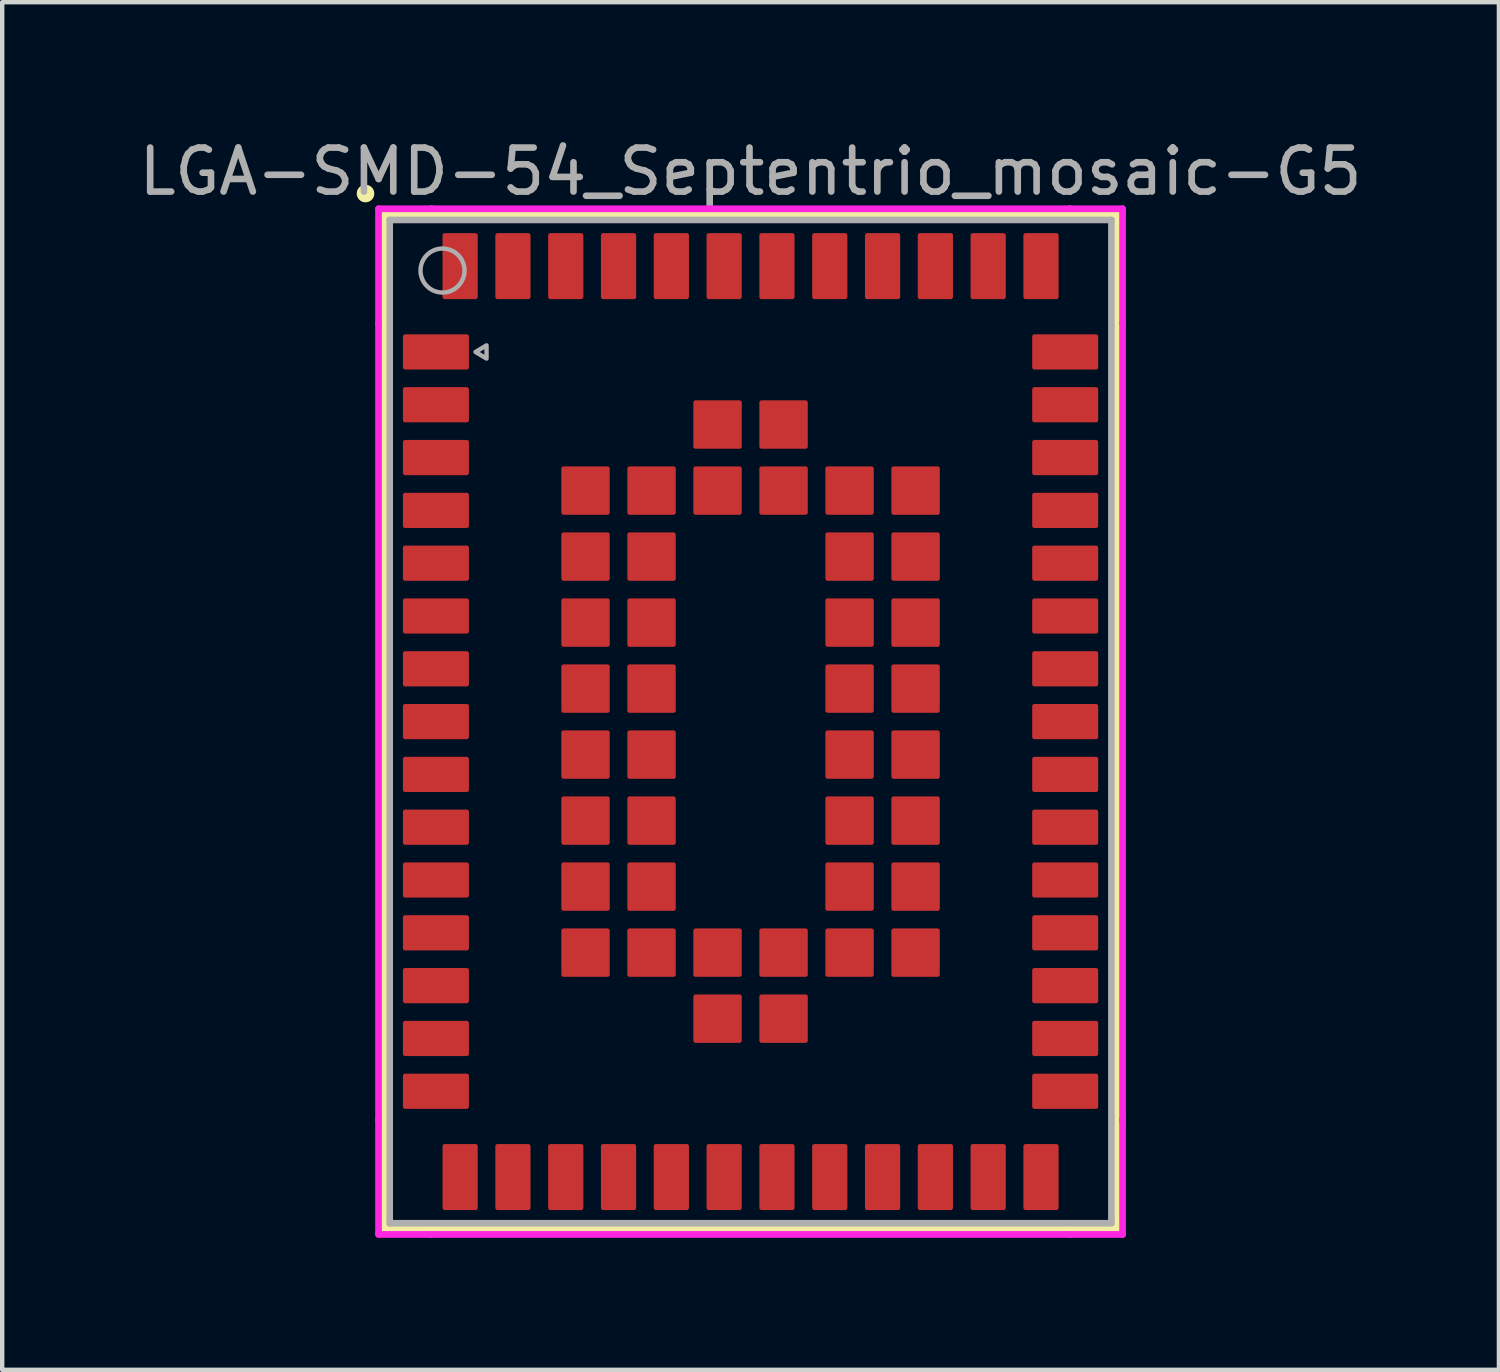
<source format=kicad_pcb>
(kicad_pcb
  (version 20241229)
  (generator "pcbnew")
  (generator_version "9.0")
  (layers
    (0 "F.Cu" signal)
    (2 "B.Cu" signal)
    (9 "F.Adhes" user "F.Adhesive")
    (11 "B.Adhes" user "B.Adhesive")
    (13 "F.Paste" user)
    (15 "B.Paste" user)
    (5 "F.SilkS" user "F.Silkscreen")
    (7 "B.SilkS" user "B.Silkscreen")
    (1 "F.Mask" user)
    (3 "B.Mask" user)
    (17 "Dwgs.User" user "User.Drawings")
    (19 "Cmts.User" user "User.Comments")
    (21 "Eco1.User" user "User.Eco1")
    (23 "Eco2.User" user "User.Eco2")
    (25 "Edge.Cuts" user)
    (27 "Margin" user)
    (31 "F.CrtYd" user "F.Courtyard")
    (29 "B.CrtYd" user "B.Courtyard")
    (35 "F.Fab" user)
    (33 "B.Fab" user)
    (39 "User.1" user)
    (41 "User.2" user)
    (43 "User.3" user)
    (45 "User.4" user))
  (footprint "LGA-SMD-54_Septentrio_mosaic-G5"
    (layer "F.Cu")
    (at 14.006 13.348)
    (property "Reference" "LGA-SMD-54_Septentrio_mosaic-G5" (at 0 -12.5 0) (unlocked yes) (layer "F.Fab") (effects (font (size 1 1) (thickness 0.15))))
    (attr smd)
    (fp_line (start -8.327 -11.527) (end -8.327 11.527) (stroke (width 0.152) (type solid)) (layer "F.SilkS"))
    (fp_line (start -8.327 11.527) (end 8.327 11.527) (stroke (width 0.152) (type solid)) (layer "F.SilkS"))
    (fp_line (start 8.327 -11.527) (end -8.327 -11.527) (stroke (width 0.152) (type solid)) (layer "F.SilkS"))
    (fp_line (start 8.327 11.527) (end 8.327 -11.527) (stroke (width 0.152) (type solid)) (layer "F.SilkS"))
    (fp_circle (center -8.75 -12) (end -8.65 -12) (stroke (width 0.2) (type solid)) (fill yes) (layer "F.SilkS"))
    (fp_line (start -8.454 -11.654) (end -7.254 -11.654) (stroke (width 0.152) (type solid)) (layer "F.CrtYd"))
    (fp_line (start -8.454 -9.054) (end -8.454 -11.654) (stroke (width 0.152) (type solid)) (layer "F.CrtYd"))
    (fp_line (start -8.454 -9.054) (end -8.454 -9.054) (stroke (width 0.152) (type solid)) (layer "F.CrtYd"))
    (fp_line (start -8.454 9.054) (end -8.454 -9.054) (stroke (width 0.152) (type solid)) (layer "F.CrtYd"))
    (fp_line (start -8.454 9.054) (end -8.454 9.054) (stroke (width 0.152) (type solid)) (layer "F.CrtYd"))
    (fp_line (start -8.454 11.654) (end -8.454 9.054) (stroke (width 0.152) (type solid)) (layer "F.CrtYd"))
    (fp_line (start -7.254 -11.654) (end -7.254 -11.654) (stroke (width 0.152) (type solid)) (layer "F.CrtYd"))
    (fp_line (start -7.254 -11.654) (end 7.254 -11.654) (stroke (width 0.152) (type solid)) (layer "F.CrtYd"))
    (fp_line (start -7.254 11.654) (end -8.454 11.654) (stroke (width 0.152) (type solid)) (layer "F.CrtYd"))
    (fp_line (start -7.254 11.654) (end -7.254 11.654) (stroke (width 0.152) (type solid)) (layer "F.CrtYd"))
    (fp_line (start 7.254 -11.654) (end 7.254 -11.654) (stroke (width 0.152) (type solid)) (layer "F.CrtYd"))
    (fp_line (start 7.254 -11.654) (end 8.454 -11.654) (stroke (width 0.152) (type solid)) (layer "F.CrtYd"))
    (fp_line (start 7.254 11.654) (end -7.254 11.654) (stroke (width 0.152) (type solid)) (layer "F.CrtYd"))
    (fp_line (start 7.254 11.654) (end 7.254 11.654) (stroke (width 0.152) (type solid)) (layer "F.CrtYd"))
    (fp_line (start 8.454 -11.654) (end 8.454 -9.054) (stroke (width 0.152) (type solid)) (layer "F.CrtYd"))
    (fp_line (start 8.454 -9.054) (end 8.454 -9.054) (stroke (width 0.152) (type solid)) (layer "F.CrtYd"))
    (fp_line (start 8.454 -9.054) (end 8.454 9.054) (stroke (width 0.152) (type solid)) (layer "F.CrtYd"))
    (fp_line (start 8.454 9.054) (end 8.454 9.054) (stroke (width 0.152) (type solid)) (layer "F.CrtYd"))
    (fp_line (start 8.454 9.054) (end 8.454 11.654) (stroke (width 0.152) (type solid)) (layer "F.CrtYd"))
    (fp_line (start 8.454 11.654) (end 7.254 11.654) (stroke (width 0.152) (type solid)) (layer "F.CrtYd"))
    (fp_line (start -8.2 -11.4) (end -8.2 11.4) (stroke (width 0.15) (type solid)) (layer "F.Fab"))
    (fp_line (start -8.2 11.4) (end 8.2 11.4) (stroke (width 0.15) (type solid)) (layer "F.Fab"))
    (fp_line (start 8.2 -11.4) (end -8.2 -11.4) (stroke (width 0.15) (type solid)) (layer "F.Fab"))
    (fp_line (start 8.2 11.4) (end 8.2 -11.4) (stroke (width 0.15) (type solid)) (layer "F.Fab"))
    (fp_circle (center -7 -10.25) (end -7 -9.75) (stroke (width 0.1) (type solid)) (fill no) (layer "F.Fab"))
    (fp_poly (pts (xy -6.25 -8.4) (xy -6 -8.55) (xy -6 -8.25)) (stroke (width 0.1) (type solid)) (fill no) (layer "F.Fab"))
    (pad "1" smd roundrect (at -7.15 -8.4) (size 1.5 0.8) (layers "F.Cu" "F.Mask" "F.Paste") (roundrect_rratio 0.062))
    (pad "2" smd roundrect (at -7.15 -7.2) (size 1.5 0.8) (layers "F.Cu" "F.Mask" "F.Paste") (roundrect_rratio 0.062))
    (pad "3" smd roundrect (at -7.15 -6) (size 1.5 0.8) (layers "F.Cu" "F.Mask" "F.Paste") (roundrect_rratio 0.062))
    (pad "4" smd roundrect (at -7.15 -4.8) (size 1.5 0.8) (layers "F.Cu" "F.Mask" "F.Paste") (roundrect_rratio 0.062))
    (pad "5" smd roundrect (at -7.15 -3.6) (size 1.5 0.8) (layers "F.Cu" "F.Mask" "F.Paste") (roundrect_rratio 0.062))
    (pad "6" smd roundrect (at -7.15 -2.4) (size 1.5 0.8) (layers "F.Cu" "F.Mask" "F.Paste") (roundrect_rratio 0.062))
    (pad "7" smd roundrect (at -7.15 -1.2) (size 1.5 0.8) (layers "F.Cu" "F.Mask" "F.Paste") (roundrect_rratio 0.062))
    (pad "8" smd roundrect (at -7.15 0) (size 1.5 0.8) (layers "F.Cu" "F.Mask" "F.Paste") (roundrect_rratio 0.062))
    (pad "9" smd roundrect (at -7.15 1.2) (size 1.5 0.8) (layers "F.Cu" "F.Mask" "F.Paste") (roundrect_rratio 0.062))
    (pad "10" smd roundrect (at -7.15 2.4) (size 1.5 0.8) (layers "F.Cu" "F.Mask" "F.Paste") (roundrect_rratio 0.062))
    (pad "11" smd roundrect (at -7.15 3.6) (size 1.5 0.8) (layers "F.Cu" "F.Mask" "F.Paste") (roundrect_rratio 0.062))
    (pad "12" smd roundrect (at -7.15 4.8) (size 1.5 0.8) (layers "F.Cu" "F.Mask" "F.Paste") (roundrect_rratio 0.062))
    (pad "13" smd roundrect (at -7.15 6) (size 1.5 0.8) (layers "F.Cu" "F.Mask" "F.Paste") (roundrect_rratio 0.062))
    (pad "14" smd roundrect (at -7.15 7.2) (size 1.5 0.8) (layers "F.Cu" "F.Mask" "F.Paste") (roundrect_rratio 0.062))
    (pad "15" smd roundrect (at -7.15 8.4) (size 1.5 0.8) (layers "F.Cu" "F.Mask" "F.Paste") (roundrect_rratio 0.062))
    (pad "16" smd roundrect (at -6.6 10.35 90) (size 1.5 0.8) (layers "F.Cu" "F.Mask" "F.Paste") (roundrect_rratio 0.062))
    (pad "17" smd roundrect (at -5.4 10.35 90) (size 1.5 0.8) (layers "F.Cu" "F.Mask" "F.Paste") (roundrect_rratio 0.062))
    (pad "18" smd roundrect (at -4.2 10.35 90) (size 1.5 0.8) (layers "F.Cu" "F.Mask" "F.Paste") (roundrect_rratio 0.062))
    (pad "19" smd roundrect (at -3 10.35 90) (size 1.5 0.8) (layers "F.Cu" "F.Mask" "F.Paste") (roundrect_rratio 0.062))
    (pad "20" smd roundrect (at -1.8 10.35 90) (size 1.5 0.8) (layers "F.Cu" "F.Mask" "F.Paste") (roundrect_rratio 0.062))
    (pad "21" smd roundrect (at -0.6 10.35 90) (size 1.5 0.8) (layers "F.Cu" "F.Mask" "F.Paste") (roundrect_rratio 0.062))
    (pad "22" smd roundrect (at 0.6 10.35 90) (size 1.5 0.8) (layers "F.Cu" "F.Mask" "F.Paste") (roundrect_rratio 0.062))
    (pad "23" smd roundrect (at 1.8 10.35 90) (size 1.5 0.8) (layers "F.Cu" "F.Mask" "F.Paste") (roundrect_rratio 0.062))
    (pad "24" smd roundrect (at 3 10.35 90) (size 1.5 0.8) (layers "F.Cu" "F.Mask" "F.Paste") (roundrect_rratio 0.062))
    (pad "25" smd roundrect (at 4.2 10.35 90) (size 1.5 0.8) (layers "F.Cu" "F.Mask" "F.Paste") (roundrect_rratio 0.062))
    (pad "26" smd roundrect (at 5.4 10.35 90) (size 1.5 0.8) (layers "F.Cu" "F.Mask" "F.Paste") (roundrect_rratio 0.062))
    (pad "27" smd roundrect (at 6.6 10.35 90) (size 1.5 0.8) (layers "F.Cu" "F.Mask" "F.Paste") (roundrect_rratio 0.062))
    (pad "28" smd roundrect (at 7.15 8.4) (size 1.5 0.8) (layers "F.Cu" "F.Mask" "F.Paste") (roundrect_rratio 0.062))
    (pad "29" smd roundrect (at 7.15 7.2) (size 1.5 0.8) (layers "F.Cu" "F.Mask" "F.Paste") (roundrect_rratio 0.062))
    (pad "30" smd roundrect (at 7.15 6) (size 1.5 0.8) (layers "F.Cu" "F.Mask" "F.Paste") (roundrect_rratio 0.062))
    (pad "31" smd roundrect (at 7.15 4.8) (size 1.5 0.8) (layers "F.Cu" "F.Mask" "F.Paste") (roundrect_rratio 0.062))
    (pad "32" smd roundrect (at 7.15 3.6) (size 1.5 0.8) (layers "F.Cu" "F.Mask" "F.Paste") (roundrect_rratio 0.062))
    (pad "33" smd roundrect (at 7.15 2.4) (size 1.5 0.8) (layers "F.Cu" "F.Mask" "F.Paste") (roundrect_rratio 0.062))
    (pad "34" smd roundrect (at 7.15 1.2) (size 1.5 0.8) (layers "F.Cu" "F.Mask" "F.Paste") (roundrect_rratio 0.062))
    (pad "35" smd roundrect (at 7.15 0) (size 1.5 0.8) (layers "F.Cu" "F.Mask" "F.Paste") (roundrect_rratio 0.062))
    (pad "36" smd roundrect (at 7.15 -1.2) (size 1.5 0.8) (layers "F.Cu" "F.Mask" "F.Paste") (roundrect_rratio 0.062))
    (pad "37" smd roundrect (at 7.15 -2.4) (size 1.5 0.8) (layers "F.Cu" "F.Mask" "F.Paste") (roundrect_rratio 0.062))
    (pad "38" smd roundrect (at 7.15 -3.6) (size 1.5 0.8) (layers "F.Cu" "F.Mask" "F.Paste") (roundrect_rratio 0.062))
    (pad "39" smd roundrect (at 7.15 -4.8) (size 1.5 0.8) (layers "F.Cu" "F.Mask" "F.Paste") (roundrect_rratio 0.062))
    (pad "40" smd roundrect (at 7.15 -6) (size 1.5 0.8) (layers "F.Cu" "F.Mask" "F.Paste") (roundrect_rratio 0.062))
    (pad "41" smd roundrect (at 7.15 -7.2) (size 1.5 0.8) (layers "F.Cu" "F.Mask" "F.Paste") (roundrect_rratio 0.062))
    (pad "42" smd roundrect (at 7.15 -8.4) (size 1.5 0.8) (layers "F.Cu" "F.Mask" "F.Paste") (roundrect_rratio 0.062))
    (pad "43" smd roundrect (at 6.6 -10.35 90) (size 1.5 0.8) (layers "F.Cu" "F.Mask" "F.Paste") (roundrect_rratio 0.062))
    (pad "44" smd roundrect (at 5.4 -10.35 90) (size 1.5 0.8) (layers "F.Cu" "F.Mask" "F.Paste") (roundrect_rratio 0.062))
    (pad "45" smd roundrect (at 4.2 -10.35 90) (size 1.5 0.8) (layers "F.Cu" "F.Mask" "F.Paste") (roundrect_rratio 0.062))
    (pad "46" smd roundrect (at 3 -10.35 90) (size 1.5 0.8) (layers "F.Cu" "F.Mask" "F.Paste") (roundrect_rratio 0.062))
    (pad "47" smd roundrect (at 1.8 -10.35 90) (size 1.5 0.8) (layers "F.Cu" "F.Mask" "F.Paste") (roundrect_rratio 0.062))
    (pad "48" smd roundrect (at 0.6 -10.35 90) (size 1.5 0.8) (layers "F.Cu" "F.Mask" "F.Paste") (roundrect_rratio 0.062))
    (pad "49" smd roundrect (at -0.6 -10.35 90) (size 1.5 0.8) (layers "F.Cu" "F.Mask" "F.Paste") (roundrect_rratio 0.062))
    (pad "50" smd roundrect (at -1.8 -10.35 90) (size 1.5 0.8) (layers "F.Cu" "F.Mask" "F.Paste") (roundrect_rratio 0.062))
    (pad "51" smd roundrect (at -3 -10.35 90) (size 1.5 0.8) (layers "F.Cu" "F.Mask" "F.Paste") (roundrect_rratio 0.062))
    (pad "52" smd roundrect (at -4.2 -10.35 90) (size 1.5 0.8) (layers "F.Cu" "F.Mask" "F.Paste") (roundrect_rratio 0.062))
    (pad "53" smd roundrect (at -5.4 -10.35 90) (size 1.5 0.8) (layers "F.Cu" "F.Mask" "F.Paste") (roundrect_rratio 0.062))
    (pad "54" smd roundrect (at -6.6 -10.35 90) (size 1.5 0.8) (layers "F.Cu" "F.Mask" "F.Paste") (roundrect_rratio 0.062))
    (pad "55" smd roundrect (at -0.75 -6.75) (size 1.1 1.1) (layers "F.Cu" "F.Mask" "F.Paste") (roundrect_rratio 0.045))
    (pad "56" smd roundrect (at 0.75 -6.75) (size 1.1 1.1) (layers "F.Cu" "F.Mask" "F.Paste") (roundrect_rratio 0.045))
    (pad "57" smd roundrect (at -3.75 -5.25) (size 1.1 1.1) (layers "F.Cu" "F.Mask" "F.Paste") (roundrect_rratio 0.045))
    (pad "58" smd roundrect (at -2.25 -5.25) (size 1.1 1.1) (layers "F.Cu" "F.Mask" "F.Paste") (roundrect_rratio 0.045))
    (pad "59" smd roundrect (at -0.75 -5.25) (size 1.1 1.1) (layers "F.Cu" "F.Mask" "F.Paste") (roundrect_rratio 0.045))
    (pad "60" smd roundrect (at 0.75 -5.25) (size 1.1 1.1) (layers "F.Cu" "F.Mask" "F.Paste") (roundrect_rratio 0.045))
    (pad "61" smd roundrect (at 2.25 -5.25) (size 1.1 1.1) (layers "F.Cu" "F.Mask" "F.Paste") (roundrect_rratio 0.045))
    (pad "62" smd roundrect (at 3.75 -5.25) (size 1.1 1.1) (layers "F.Cu" "F.Mask" "F.Paste") (roundrect_rratio 0.045))
    (pad "63" smd roundrect (at -3.75 -3.75) (size 1.1 1.1) (layers "F.Cu" "F.Mask" "F.Paste") (roundrect_rratio 0.045))
    (pad "64" smd roundrect (at -2.25 -3.75) (size 1.1 1.1) (layers "F.Cu" "F.Mask" "F.Paste") (roundrect_rratio 0.045))
    (pad "65" smd roundrect (at 2.25 -3.75) (size 1.1 1.1) (layers "F.Cu" "F.Mask" "F.Paste") (roundrect_rratio 0.045))
    (pad "66" smd roundrect (at 3.75 -3.75) (size 1.1 1.1) (layers "F.Cu" "F.Mask" "F.Paste") (roundrect_rratio 0.045))
    (pad "67" smd roundrect (at -3.75 -2.25) (size 1.1 1.1) (layers "F.Cu" "F.Mask" "F.Paste") (roundrect_rratio 0.045))
    (pad "68" smd roundrect (at -2.25 -2.25) (size 1.1 1.1) (layers "F.Cu" "F.Mask" "F.Paste") (roundrect_rratio 0.045))
    (pad "69" smd roundrect (at 2.25 -2.25) (size 1.1 1.1) (layers "F.Cu" "F.Mask" "F.Paste") (roundrect_rratio 0.045))
    (pad "70" smd roundrect (at 3.75 -2.25) (size 1.1 1.1) (layers "F.Cu" "F.Mask" "F.Paste") (roundrect_rratio 0.045))
    (pad "71" smd roundrect (at -3.75 -0.75) (size 1.1 1.1) (layers "F.Cu" "F.Mask" "F.Paste") (roundrect_rratio 0.045))
    (pad "72" smd roundrect (at -2.25 -0.75) (size 1.1 1.1) (layers "F.Cu" "F.Mask" "F.Paste") (roundrect_rratio 0.045))
    (pad "73" smd roundrect (at 2.25 -0.75) (size 1.1 1.1) (layers "F.Cu" "F.Mask" "F.Paste") (roundrect_rratio 0.045))
    (pad "74" smd roundrect (at 3.75 -0.75) (size 1.1 1.1) (layers "F.Cu" "F.Mask" "F.Paste") (roundrect_rratio 0.045))
    (pad "75" smd roundrect (at -3.75 0.75) (size 1.1 1.1) (layers "F.Cu" "F.Mask" "F.Paste") (roundrect_rratio 0.045))
    (pad "76" smd roundrect (at -2.25 0.75) (size 1.1 1.1) (layers "F.Cu" "F.Mask" "F.Paste") (roundrect_rratio 0.045))
    (pad "77" smd roundrect (at 2.25 0.75) (size 1.1 1.1) (layers "F.Cu" "F.Mask" "F.Paste") (roundrect_rratio 0.045))
    (pad "78" smd roundrect (at 3.75 0.75) (size 1.1 1.1) (layers "F.Cu" "F.Mask" "F.Paste") (roundrect_rratio 0.045))
    (pad "79" smd roundrect (at -3.75 2.25) (size 1.1 1.1) (layers "F.Cu" "F.Mask" "F.Paste") (roundrect_rratio 0.045))
    (pad "80" smd roundrect (at -2.25 2.25) (size 1.1 1.1) (layers "F.Cu" "F.Mask" "F.Paste") (roundrect_rratio 0.045))
    (pad "81" smd roundrect (at 2.25 2.25) (size 1.1 1.1) (layers "F.Cu" "F.Mask" "F.Paste") (roundrect_rratio 0.045))
    (pad "82" smd roundrect (at 3.75 2.25) (size 1.1 1.1) (layers "F.Cu" "F.Mask" "F.Paste") (roundrect_rratio 0.045))
    (pad "83" smd roundrect (at -3.75 3.75) (size 1.1 1.1) (layers "F.Cu" "F.Mask" "F.Paste") (roundrect_rratio 0.045))
    (pad "84" smd roundrect (at -2.25 3.75) (size 1.1 1.1) (layers "F.Cu" "F.Mask" "F.Paste") (roundrect_rratio 0.045))
    (pad "85" smd roundrect (at 2.25 3.75) (size 1.1 1.1) (layers "F.Cu" "F.Mask" "F.Paste") (roundrect_rratio 0.045))
    (pad "86" smd roundrect (at 3.75 3.75) (size 1.1 1.1) (layers "F.Cu" "F.Mask" "F.Paste") (roundrect_rratio 0.045))
    (pad "87" smd roundrect (at -3.75 5.25) (size 1.1 1.1) (layers "F.Cu" "F.Mask" "F.Paste") (roundrect_rratio 0.045))
    (pad "88" smd roundrect (at -2.25 5.25) (size 1.1 1.1) (layers "F.Cu" "F.Mask" "F.Paste") (roundrect_rratio 0.045))
    (pad "89" smd roundrect (at -0.75 5.25) (size 1.1 1.1) (layers "F.Cu" "F.Mask" "F.Paste") (roundrect_rratio 0.045))
    (pad "90" smd roundrect (at 0.75 5.25) (size 1.1 1.1) (layers "F.Cu" "F.Mask" "F.Paste") (roundrect_rratio 0.045))
    (pad "91" smd roundrect (at 2.25 5.25) (size 1.1 1.1) (layers "F.Cu" "F.Mask" "F.Paste") (roundrect_rratio 0.045))
    (pad "92" smd roundrect (at 3.75 5.25) (size 1.1 1.1) (layers "F.Cu" "F.Mask" "F.Paste") (roundrect_rratio 0.045))
    (pad "93" smd roundrect (at -0.75 6.75) (size 1.1 1.1) (layers "F.Cu" "F.Mask" "F.Paste") (roundrect_rratio 0.045))
    (pad "94" smd roundrect (at 0.75 6.75) (size 1.1 1.1) (layers "F.Cu" "F.Mask" "F.Paste") (roundrect_rratio 0.045)))
  (gr_rect
    (start -3 -3)
    (end 31.012 28.078)
    (stroke (width 0.1) (type default))
    (fill no)
    (layer "Edge.Cuts")))
</source>
